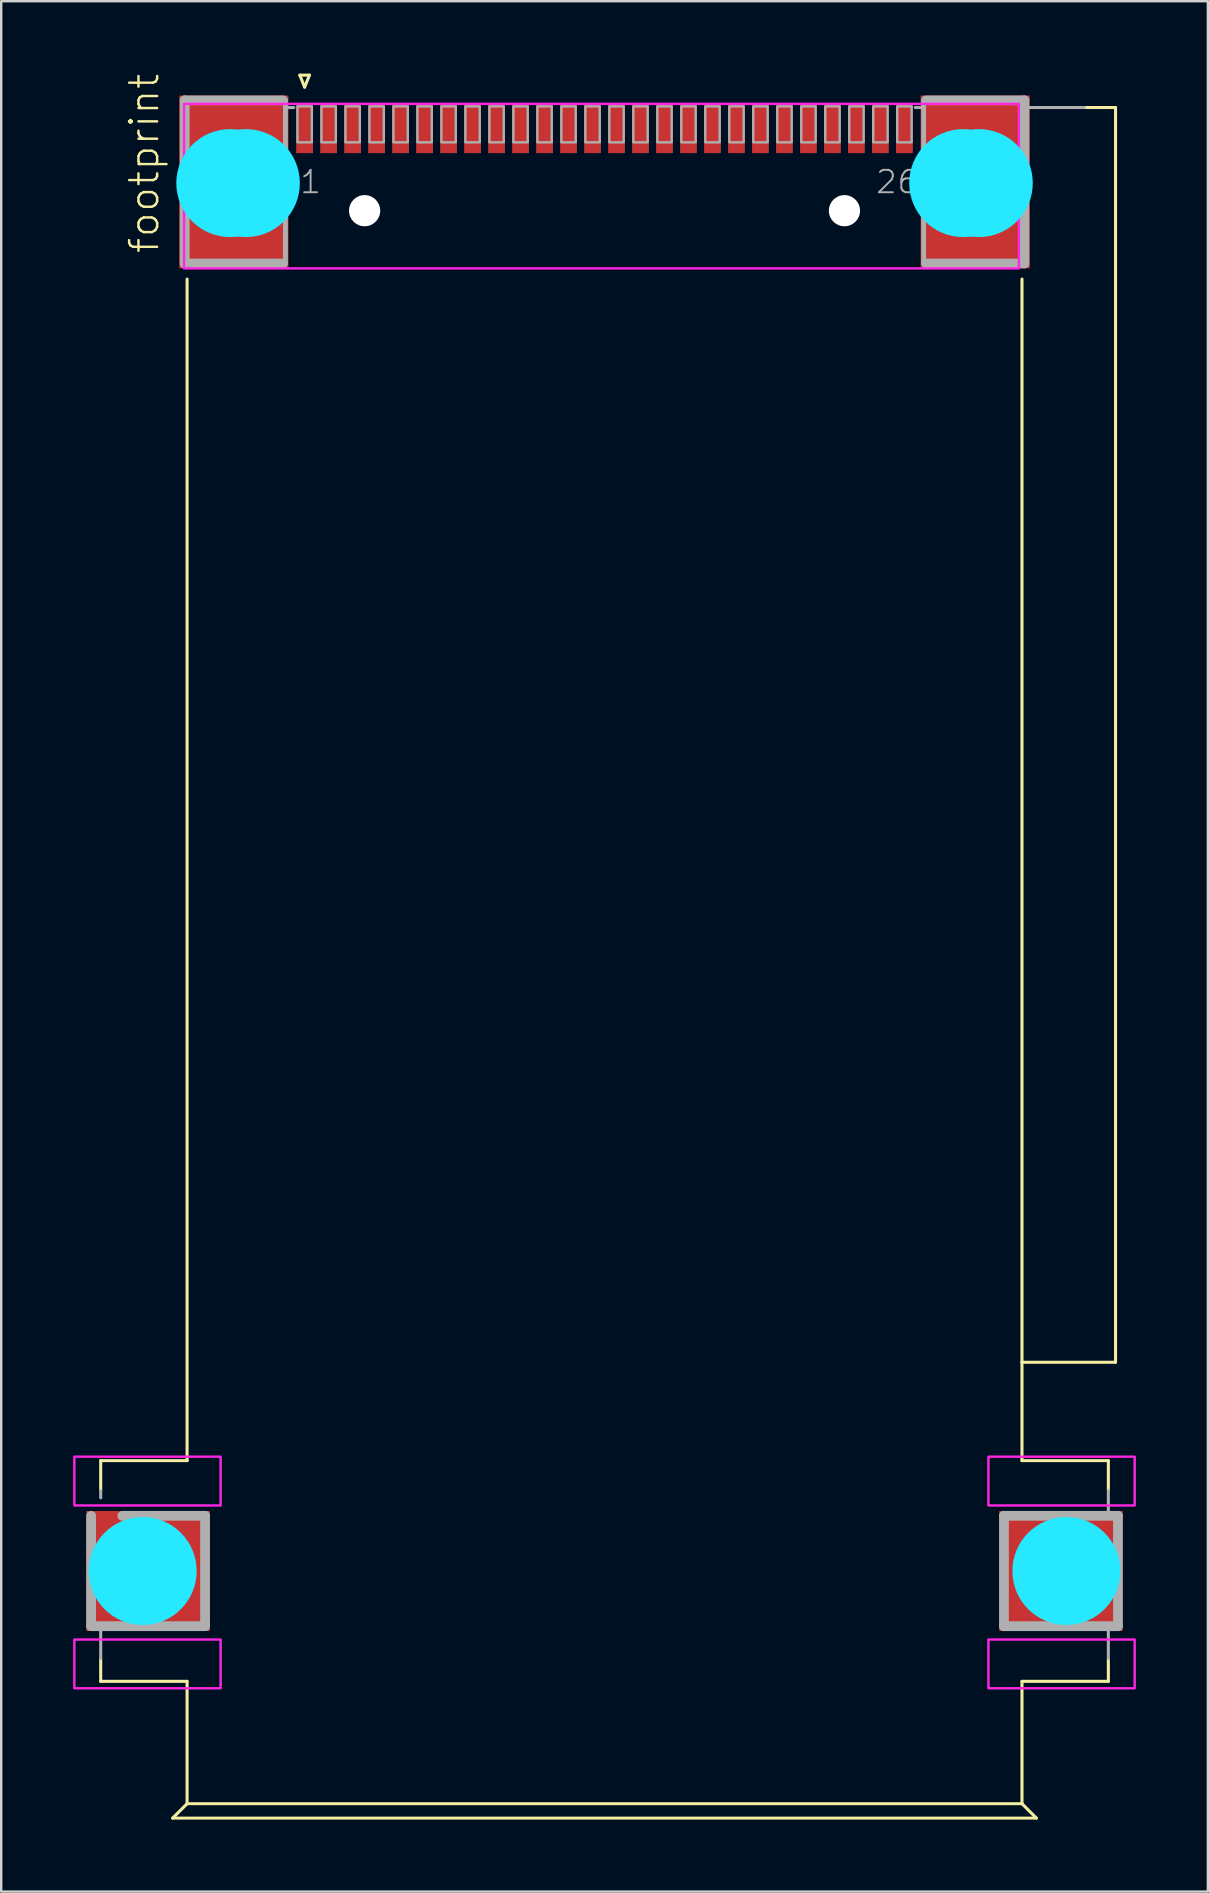
<source format=kicad_pcb>
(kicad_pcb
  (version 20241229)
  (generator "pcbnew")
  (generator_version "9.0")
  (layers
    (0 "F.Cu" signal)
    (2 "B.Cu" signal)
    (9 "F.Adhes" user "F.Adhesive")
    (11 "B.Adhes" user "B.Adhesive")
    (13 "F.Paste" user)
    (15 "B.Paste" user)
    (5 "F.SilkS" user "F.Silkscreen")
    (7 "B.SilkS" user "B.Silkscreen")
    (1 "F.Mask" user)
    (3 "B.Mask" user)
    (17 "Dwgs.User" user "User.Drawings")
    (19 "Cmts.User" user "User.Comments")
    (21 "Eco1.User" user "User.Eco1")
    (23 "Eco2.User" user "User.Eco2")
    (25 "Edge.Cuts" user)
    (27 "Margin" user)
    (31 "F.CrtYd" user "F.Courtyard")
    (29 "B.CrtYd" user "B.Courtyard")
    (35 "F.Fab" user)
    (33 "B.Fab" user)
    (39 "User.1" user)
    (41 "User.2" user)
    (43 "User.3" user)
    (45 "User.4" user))
  (footprint "footprint"
    (layer "F.Cu")
    (at 22.148 4.582)
    (property "Reference" "footprint" (at -18.5 3 90) (layer "F.SilkS") (effects (font (size 1.168 1.168) (thickness 0.102)) (justify left bottom)))
    (fp_line (start -21 53.25) (end -17.4 53.25) (stroke (width 0.127) (type solid)) (layer "F.SilkS"))
    (fp_line (start -21 54.5) (end -21 53.25) (stroke (width 0.127) (type solid)) (layer "F.SilkS"))
    (fp_line (start -21 61.5) (end -21 62.45) (stroke (width 0.127) (type solid)) (layer "F.SilkS"))
    (fp_line (start -21 62.45) (end -17.4 62.45) (stroke (width 0.127) (type solid)) (layer "F.SilkS"))
    (fp_line (start -18 68.15) (end -17.4 67.55) (stroke (width 0.127) (type solid)) (layer "F.SilkS"))
    (fp_line (start -17.4 4) (end -17.4 53.25) (stroke (width 0.127) (type solid)) (layer "F.SilkS"))
    (fp_line (start -17.4 62.45) (end -17.4 67.55) (stroke (width 0.127) (type solid)) (layer "F.SilkS"))
    (fp_line (start -12.7 -4.5) (end -12.3 -4.5) (stroke (width 0.127) (type solid)) (layer "F.SilkS"))
    (fp_line (start -12.5 -4) (end -12.7 -4.5) (stroke (width 0.127) (type solid)) (layer "F.SilkS"))
    (fp_line (start -12.3 -4.5) (end -12.5 -4) (stroke (width 0.127) (type solid)) (layer "F.SilkS"))
    (fp_line (start 17.4 49.15) (end 17.4 4) (stroke (width 0.127) (type solid)) (layer "F.SilkS"))
    (fp_line (start 17.4 49.15) (end 21.3 49.15) (stroke (width 0.127) (type solid)) (layer "F.SilkS"))
    (fp_line (start 17.4 53.25) (end 17.4 49.15) (stroke (width 0.127) (type solid)) (layer "F.SilkS"))
    (fp_line (start 17.4 62.45) (end 17.4 67.55) (stroke (width 0.127) (type solid)) (layer "F.SilkS"))
    (fp_line (start 17.4 67.55) (end -17.4 67.55) (stroke (width 0.127) (type solid)) (layer "F.SilkS"))
    (fp_line (start 18 68.15) (end -18 68.15) (stroke (width 0.127) (type solid)) (layer "F.SilkS"))
    (fp_line (start 18 68.15) (end 17.4 67.55) (stroke (width 0.127) (type solid)) (layer "F.SilkS"))
    (fp_line (start 20 -3.15) (end 21.3 -3.15) (stroke (width 0.127) (type solid)) (layer "F.SilkS"))
    (fp_line (start 21 53.25) (end 17.4 53.25) (stroke (width 0.127) (type solid)) (layer "F.SilkS"))
    (fp_line (start 21 54.5) (end 21 53.25) (stroke (width 0.127) (type solid)) (layer "F.SilkS"))
    (fp_line (start 21 61.5) (end 21 62.45) (stroke (width 0.127) (type solid)) (layer "F.SilkS"))
    (fp_line (start 21 62.45) (end 17.4 62.45) (stroke (width 0.127) (type solid)) (layer "F.SilkS"))
    (fp_line (start 21.3 49.15) (end 21.3 -3.15) (stroke (width 0.127) (type solid)) (layer "F.SilkS"))
    (fp_circle (center -19.25 57.85) (end -18.125 57.85) (stroke (width 2.25) (type solid)) (fill no) (layer "B.CrtYd"))
    (fp_circle (center -15.6 0) (end -14.475 0) (stroke (width 2.25) (type solid)) (fill no) (layer "B.CrtYd"))
    (fp_circle (center -14.95 0) (end -13.825 0) (stroke (width 2.25) (type solid)) (fill no) (layer "B.CrtYd"))
    (fp_circle (center 14.95 0) (end 16.075 0) (stroke (width 2.25) (type solid)) (fill no) (layer "B.CrtYd"))
    (fp_circle (center 15.6 0) (end 16.725 0) (stroke (width 2.25) (type solid)) (fill no) (layer "B.CrtYd"))
    (fp_circle (center 19.25 57.85) (end 20.375 57.85) (stroke (width 2.25) (type solid)) (fill no) (layer "B.CrtYd"))
    (fp_poly (pts (xy -22.098 55.118) (xy -16.002 55.118) (xy -16.002 53.086) (xy -22.098 53.086)) (stroke (width 0.1) (type solid)) (fill no) (layer "F.CrtYd"))
    (fp_poly (pts (xy -22.098 62.738) (xy -16.002 62.738) (xy -16.002 60.706) (xy -22.098 60.706)) (stroke (width 0.1) (type solid)) (fill no) (layer "F.CrtYd"))
    (fp_poly (pts (xy -17.526 3.556) (xy 17.272 3.556) (xy 17.272 -3.302) (xy -17.526 -3.302)) (stroke (width 0.1) (type solid)) (fill no) (layer "F.CrtYd"))
    (fp_poly (pts (xy 16.002 55.118) (xy 22.098 55.118) (xy 22.098 53.086) (xy 16.002 53.086)) (stroke (width 0.1) (type solid)) (fill no) (layer "F.CrtYd"))
    (fp_poly (pts (xy 16.002 62.738) (xy 22.098 62.738) (xy 22.098 60.706) (xy 16.002 60.706)) (stroke (width 0.1) (type solid)) (fill no) (layer "F.CrtYd"))
    (fp_line (start -21.4 55.55) (end -21.4 60.15) (stroke (width 0.406) (type solid)) (layer "F.Fab"))
    (fp_line (start -21.4 60.15) (end -16.65 60.15) (stroke (width 0.406) (type solid)) (layer "F.Fab"))
    (fp_line (start -21 54.5) (end -21 54.8) (stroke (width 0.127) (type solid)) (layer "F.Fab"))
    (fp_line (start -21 61.5) (end -21 60.35) (stroke (width 0.127) (type solid)) (layer "F.Fab"))
    (fp_line (start -17.5 -3.45) (end -17.5 3.35) (stroke (width 0.406) (type solid)) (layer "F.Fab"))
    (fp_line (start -17.5 -3.45) (end -13.4 -3.45) (stroke (width 0.406) (type solid)) (layer "F.Fab"))
    (fp_line (start -17.5 3.35) (end -13.4 3.35) (stroke (width 0.406) (type solid)) (layer "F.Fab"))
    (fp_line (start -16.65 55.55) (end -20.1 55.55) (stroke (width 0.406) (type solid)) (layer "F.Fab"))
    (fp_line (start -16.65 60.15) (end -16.65 55.55) (stroke (width 0.406) (type solid)) (layer "F.Fab"))
    (fp_line (start -13.3 -3.45) (end -13.3 -3.15) (stroke (width 0.203) (type solid)) (layer "F.Fab"))
    (fp_line (start -13.3 -3.15) (end -13.3 3.35) (stroke (width 0.203) (type solid)) (layer "F.Fab"))
    (fp_line (start -12.95 -3.15) (end -13.3 -3.15) (stroke (width 0.127) (type solid)) (layer "F.Fab"))
    (fp_line (start 12.95 -3.15) (end 13.3 -3.15) (stroke (width 0.127) (type solid)) (layer "F.Fab"))
    (fp_line (start 13.3 -3.45) (end 13.3 -3.15) (stroke (width 0.203) (type solid)) (layer "F.Fab"))
    (fp_line (start 13.3 -3.15) (end 13.3 3.35) (stroke (width 0.203) (type solid)) (layer "F.Fab"))
    (fp_line (start 13.4 -3.45) (end 17.5 -3.45) (stroke (width 0.406) (type solid)) (layer "F.Fab"))
    (fp_line (start 16.65 55.55) (end 16.65 60.15) (stroke (width 0.406) (type solid)) (layer "F.Fab"))
    (fp_line (start 16.65 60.15) (end 21.4 60.15) (stroke (width 0.406) (type solid)) (layer "F.Fab"))
    (fp_line (start 17.5 -3.45) (end 17.5 -3.15) (stroke (width 0.406) (type solid)) (layer "F.Fab"))
    (fp_line (start 17.5 -3.15) (end 17.5 3.35) (stroke (width 0.406) (type solid)) (layer "F.Fab"))
    (fp_line (start 17.5 3.35) (end 13.4 3.35) (stroke (width 0.406) (type solid)) (layer "F.Fab"))
    (fp_line (start 20 -3.15) (end 17.5 -3.15) (stroke (width 0.127) (type solid)) (layer "F.Fab"))
    (fp_line (start 21 54.5) (end 21 55.35) (stroke (width 0.127) (type solid)) (layer "F.Fab"))
    (fp_line (start 21 61.5) (end 21 60.35) (stroke (width 0.127) (type solid)) (layer "F.Fab"))
    (fp_line (start 21.4 55.55) (end 16.65 55.55) (stroke (width 0.406) (type solid)) (layer "F.Fab"))
    (fp_line (start 21.4 60.15) (end 21.4 55.55) (stroke (width 0.406) (type solid)) (layer "F.Fab"))
    (fp_poly (pts (xy -12.8 -1.7) (xy -12.2 -1.7) (xy -12.2 -3.2) (xy -12.8 -3.2)) (stroke (width 0.1) (type solid)) (fill no) (layer "F.Fab"))
    (fp_poly (pts (xy -11.8 -1.7) (xy -11.2 -1.7) (xy -11.2 -3.2) (xy -11.8 -3.2)) (stroke (width 0.1) (type solid)) (fill no) (layer "F.Fab"))
    (fp_poly (pts (xy -10.8 -1.7) (xy -10.2 -1.7) (xy -10.2 -3.2) (xy -10.8 -3.2)) (stroke (width 0.1) (type solid)) (fill no) (layer "F.Fab"))
    (fp_poly (pts (xy -9.8 -1.7) (xy -9.2 -1.7) (xy -9.2 -3.2) (xy -9.8 -3.2)) (stroke (width 0.1) (type solid)) (fill no) (layer "F.Fab"))
    (fp_poly (pts (xy -8.8 -1.7) (xy -8.2 -1.7) (xy -8.2 -3.2) (xy -8.8 -3.2)) (stroke (width 0.1) (type solid)) (fill no) (layer "F.Fab"))
    (fp_poly (pts (xy -7.8 -1.7) (xy -7.2 -1.7) (xy -7.2 -3.2) (xy -7.8 -3.2)) (stroke (width 0.1) (type solid)) (fill no) (layer "F.Fab"))
    (fp_poly (pts (xy -6.8 -1.7) (xy -6.2 -1.7) (xy -6.2 -3.2) (xy -6.8 -3.2)) (stroke (width 0.1) (type solid)) (fill no) (layer "F.Fab"))
    (fp_poly (pts (xy -5.8 -1.7) (xy -5.2 -1.7) (xy -5.2 -3.2) (xy -5.8 -3.2)) (stroke (width 0.1) (type solid)) (fill no) (layer "F.Fab"))
    (fp_poly (pts (xy -4.8 -1.7) (xy -4.2 -1.7) (xy -4.2 -3.2) (xy -4.8 -3.2)) (stroke (width 0.1) (type solid)) (fill no) (layer "F.Fab"))
    (fp_poly (pts (xy -3.8 -1.7) (xy -3.2 -1.7) (xy -3.2 -3.2) (xy -3.8 -3.2)) (stroke (width 0.1) (type solid)) (fill no) (layer "F.Fab"))
    (fp_poly (pts (xy -2.8 -1.7) (xy -2.2 -1.7) (xy -2.2 -3.2) (xy -2.8 -3.2)) (stroke (width 0.1) (type solid)) (fill no) (layer "F.Fab"))
    (fp_poly (pts (xy -1.8 -1.7) (xy -1.2 -1.7) (xy -1.2 -3.2) (xy -1.8 -3.2)) (stroke (width 0.1) (type solid)) (fill no) (layer "F.Fab"))
    (fp_poly (pts (xy -0.8 -1.7) (xy -0.2 -1.7) (xy -0.2 -3.2) (xy -0.8 -3.2)) (stroke (width 0.1) (type solid)) (fill no) (layer "F.Fab"))
    (fp_poly (pts (xy 0.2 -1.7) (xy 0.8 -1.7) (xy 0.8 -3.2) (xy 0.2 -3.2)) (stroke (width 0.1) (type solid)) (fill no) (layer "F.Fab"))
    (fp_poly (pts (xy 1.2 -1.7) (xy 1.8 -1.7) (xy 1.8 -3.2) (xy 1.2 -3.2)) (stroke (width 0.1) (type solid)) (fill no) (layer "F.Fab"))
    (fp_poly (pts (xy 2.2 -1.7) (xy 2.8 -1.7) (xy 2.8 -3.2) (xy 2.2 -3.2)) (stroke (width 0.1) (type solid)) (fill no) (layer "F.Fab"))
    (fp_poly (pts (xy 3.2 -1.7) (xy 3.8 -1.7) (xy 3.8 -3.2) (xy 3.2 -3.2)) (stroke (width 0.1) (type solid)) (fill no) (layer "F.Fab"))
    (fp_poly (pts (xy 4.2 -1.7) (xy 4.8 -1.7) (xy 4.8 -3.2) (xy 4.2 -3.2)) (stroke (width 0.1) (type solid)) (fill no) (layer "F.Fab"))
    (fp_poly (pts (xy 5.2 -1.7) (xy 5.8 -1.7) (xy 5.8 -3.2) (xy 5.2 -3.2)) (stroke (width 0.1) (type solid)) (fill no) (layer "F.Fab"))
    (fp_poly (pts (xy 6.2 -1.7) (xy 6.8 -1.7) (xy 6.8 -3.2) (xy 6.2 -3.2)) (stroke (width 0.1) (type solid)) (fill no) (layer "F.Fab"))
    (fp_poly (pts (xy 7.2 -1.7) (xy 7.8 -1.7) (xy 7.8 -3.2) (xy 7.2 -3.2)) (stroke (width 0.1) (type solid)) (fill no) (layer "F.Fab"))
    (fp_poly (pts (xy 8.2 -1.7) (xy 8.8 -1.7) (xy 8.8 -3.2) (xy 8.2 -3.2)) (stroke (width 0.1) (type solid)) (fill no) (layer "F.Fab"))
    (fp_poly (pts (xy 9.2 -1.7) (xy 9.8 -1.7) (xy 9.8 -3.2) (xy 9.2 -3.2)) (stroke (width 0.1) (type solid)) (fill no) (layer "F.Fab"))
    (fp_poly (pts (xy 10.2 -1.7) (xy 10.8 -1.7) (xy 10.8 -3.2) (xy 10.2 -3.2)) (stroke (width 0.1) (type solid)) (fill no) (layer "F.Fab"))
    (fp_poly (pts (xy 11.2 -1.7) (xy 11.8 -1.7) (xy 11.8 -3.2) (xy 11.2 -3.2)) (stroke (width 0.1) (type solid)) (fill no) (layer "F.Fab"))
    (fp_poly (pts (xy 12.2 -1.7) (xy 12.8 -1.7) (xy 12.8 -3.2) (xy 12.2 -3.2)) (stroke (width 0.1) (type solid)) (fill no) (layer "F.Fab"))
    (fp_text user "26" (at 11.25 0.5 0) (layer "F.Fab") (effects (font (size 0.935 0.935) (thickness 0.081)) (justify left bottom)))
    (fp_text user "1" (at -12.75 0.5 0) (layer "F.Fab") (effects (font (size 0.935 0.935) (thickness 0.081)) (justify left bottom)))
    (pad "" np_thru_hole circle (at -10 1.15) (size 1.3 1.3) (drill 1.3) (layers "*.Cu" "*.Mask"))
    (pad "" np_thru_hole circle (at 10 1.15) (size 1.3 1.3) (drill 1.3) (layers "*.Cu" "*.Mask"))
    (pad "1" smd rect (at -12.5 -2.25 90) (size 2 0.7) (layers "F.Cu" "F.Mask" "F.Paste"))
    (pad "2" smd rect (at -11.5 -2.25 90) (size 2 0.7) (layers "F.Cu" "F.Mask" "F.Paste"))
    (pad "3" smd rect (at -10.5 -2.25 90) (size 2 0.7) (layers "F.Cu" "F.Mask" "F.Paste"))
    (pad "4" smd rect (at -9.5 -2.25 90) (size 2 0.7) (layers "F.Cu" "F.Mask" "F.Paste"))
    (pad "5" smd rect (at -8.5 -2.25 90) (size 2 0.7) (layers "F.Cu" "F.Mask" "F.Paste"))
    (pad "6" smd rect (at -7.5 -2.25 90) (size 2 0.7) (layers "F.Cu" "F.Mask" "F.Paste"))
    (pad "7" smd rect (at -6.5 -2.25 90) (size 2 0.7) (layers "F.Cu" "F.Mask" "F.Paste"))
    (pad "8" smd rect (at -5.5 -2.25 90) (size 2 0.7) (layers "F.Cu" "F.Mask" "F.Paste"))
    (pad "9" smd rect (at -4.5 -2.25 90) (size 2 0.7) (layers "F.Cu" "F.Mask" "F.Paste"))
    (pad "10" smd rect (at -3.5 -2.25 90) (size 2 0.7) (layers "F.Cu" "F.Mask" "F.Paste"))
    (pad "11" smd rect (at -2.5 -2.25 90) (size 2 0.7) (layers "F.Cu" "F.Mask" "F.Paste"))
    (pad "12" smd rect (at -1.5 -2.25 90) (size 2 0.7) (layers "F.Cu" "F.Mask" "F.Paste"))
    (pad "13" smd rect (at -0.5 -2.25 90) (size 2 0.7) (layers "F.Cu" "F.Mask" "F.Paste"))
    (pad "14" smd rect (at 0.5 -2.25 90) (size 2 0.7) (layers "F.Cu" "F.Mask" "F.Paste"))
    (pad "15" smd rect (at 1.5 -2.25 90) (size 2 0.7) (layers "F.Cu" "F.Mask" "F.Paste"))
    (pad "16" smd rect (at 2.5 -2.25 90) (size 2 0.7) (layers "F.Cu" "F.Mask" "F.Paste"))
    (pad "17" smd rect (at 3.5 -2.25 90) (size 2 0.7) (layers "F.Cu" "F.Mask" "F.Paste"))
    (pad "18" smd rect (at 4.5 -2.25 90) (size 2 0.7) (layers "F.Cu" "F.Mask" "F.Paste"))
    (pad "19" smd rect (at 5.5 -2.25 90) (size 2 0.7) (layers "F.Cu" "F.Mask" "F.Paste"))
    (pad "20" smd rect (at 6.5 -2.25 90) (size 2 0.7) (layers "F.Cu" "F.Mask" "F.Paste"))
    (pad "21" smd rect (at 7.5 -2.25 90) (size 2 0.7) (layers "F.Cu" "F.Mask" "F.Paste"))
    (pad "22" smd rect (at 8.5 -2.25 90) (size 2 0.7) (layers "F.Cu" "F.Mask" "F.Paste"))
    (pad "23" smd rect (at 9.5 -2.25 90) (size 2 0.7) (layers "F.Cu" "F.Mask" "F.Paste"))
    (pad "24" smd rect (at 10.5 -2.25 90) (size 2 0.7) (layers "F.Cu" "F.Mask" "F.Paste"))
    (pad "25" smd rect (at 11.5 -2.25 90) (size 2 0.7) (layers "F.Cu" "F.Mask" "F.Paste"))
    (pad "26" smd rect (at 12.5 -2.25 90) (size 2 0.7) (layers "F.Cu" "F.Mask" "F.Paste"))
    (pad "G1" smd rect (at -15.45 -0.05 90) (size 7.2 4.55) (layers "F.Cu" "F.Mask"))
    (pad "G2" smd rect (at 15.45 -0.05 90) (size 7.2 4.55) (layers "F.Cu" "F.Mask"))
    (pad "G3" smd rect (at -19.025 57.85) (size 5.15 5) (layers "F.Cu" "F.Mask"))
    (pad "G4" smd rect (at 19.025 57.85) (size 5.15 5) (layers "F.Cu" "F.Mask"))
    (zone (net_name "") (layers "F.Cu" "B.Cu") (hatch edge 0.508) (connect_pads) (min_thickness 0.254) (filled_areas_thickness no) (keepout (tracks allowed) (vias not_allowed) (pads allowed) (copperpour allowed) (footprints allowed)) (placement (enabled no)) (fill) (polygon (pts (xy 5.148 62.432) (xy 5.114 62.042) (xy 5.012 61.663) (xy 4.847 61.307) (xy 4.622 60.986) (xy 4.344 60.709) (xy 4.023 60.484) (xy 3.668 60.318) (xy 3.289 60.216) (xy 2.898 60.182) (xy 2.507 60.216) (xy 2.128 60.318) (xy 1.773 60.484) (xy 1.452 60.709) (xy 1.174 60.986) (xy 0.949 61.307) (xy 0.784 61.663) (xy 0.682 62.042) (xy 0.648 62.432) (xy 0.682 62.823) (xy 0.784 63.202) (xy 0.949 63.557) (xy 1.174 63.879) (xy 1.452 64.156) (xy 1.773 64.381) (xy 2.128 64.547) (xy 2.507 64.648) (xy 2.898 64.682) (xy 3.289 64.648) (xy 3.668 64.547) (xy 4.023 64.381) (xy 4.344 64.156) (xy 4.622 63.879) (xy 4.847 63.557) (xy 5.012 63.202) (xy 5.114 62.823))))
    (zone (net_name "") (layers "F.Cu" "B.Cu") (hatch edge 0.508) (connect_pads) (min_thickness 0.254) (filled_areas_thickness no) (keepout (tracks allowed) (vias not_allowed) (pads allowed) (copperpour allowed) (footprints allowed)) (placement (enabled no)) (fill) (polygon (pts (xy 8.798 4.582) (xy 8.764 4.192) (xy 8.662 3.813) (xy 8.497 3.457) (xy 8.272 3.136) (xy 7.994 2.859) (xy 7.673 2.634) (xy 7.318 2.468) (xy 6.939 2.366) (xy 6.548 2.332) (xy 6.157 2.366) (xy 5.778 2.468) (xy 5.423 2.634) (xy 5.102 2.859) (xy 4.824 3.136) (xy 4.599 3.457) (xy 4.434 3.813) (xy 4.332 4.192) (xy 4.298 4.582) (xy 4.332 4.973) (xy 4.434 5.352) (xy 4.599 5.707) (xy 4.824 6.029) (xy 5.102 6.306) (xy 5.423 6.531) (xy 5.778 6.697) (xy 6.157 6.798) (xy 6.548 6.832) (xy 6.939 6.798) (xy 7.318 6.697) (xy 7.673 6.531) (xy 7.994 6.306) (xy 8.272 6.029) (xy 8.497 5.707) (xy 8.662 5.352) (xy 8.764 4.973))))
    (zone (net_name "") (layers "F.Cu" "B.Cu") (hatch edge 0.508) (connect_pads) (min_thickness 0.254) (filled_areas_thickness no) (keepout (tracks allowed) (vias not_allowed) (pads allowed) (copperpour allowed) (footprints allowed)) (placement (enabled no)) (fill) (polygon (pts (xy 9.448 4.582) (xy 9.414 4.192) (xy 9.312 3.813) (xy 9.147 3.457) (xy 8.922 3.136) (xy 8.644 2.859) (xy 8.323 2.634) (xy 7.968 2.468) (xy 7.589 2.366) (xy 7.198 2.332) (xy 6.807 2.366) (xy 6.428 2.468) (xy 6.073 2.634) (xy 5.752 2.859) (xy 5.474 3.136) (xy 5.249 3.457) (xy 5.084 3.813) (xy 4.982 4.192) (xy 4.948 4.582) (xy 4.982 4.973) (xy 5.084 5.352) (xy 5.249 5.707) (xy 5.474 6.029) (xy 5.752 6.306) (xy 6.073 6.531) (xy 6.428 6.697) (xy 6.807 6.798) (xy 7.198 6.832) (xy 7.589 6.798) (xy 7.968 6.697) (xy 8.323 6.531) (xy 8.644 6.306) (xy 8.922 6.029) (xy 9.147 5.707) (xy 9.312 5.352) (xy 9.414 4.973))))
    (zone (net_name "") (layers "F.Cu" "B.Cu") (hatch edge 0.508) (connect_pads) (min_thickness 0.254) (filled_areas_thickness no) (keepout (tracks allowed) (vias not_allowed) (pads allowed) (copperpour allowed) (footprints allowed)) (placement (enabled no)) (fill) (polygon (pts (xy 39.348 4.582) (xy 39.314 4.192) (xy 39.212 3.813) (xy 39.047 3.457) (xy 38.822 3.136) (xy 38.544 2.859) (xy 38.223 2.634) (xy 37.868 2.468) (xy 37.489 2.366) (xy 37.098 2.332) (xy 36.707 2.366) (xy 36.328 2.468) (xy 35.973 2.634) (xy 35.652 2.859) (xy 35.374 3.136) (xy 35.149 3.457) (xy 34.984 3.813) (xy 34.882 4.192) (xy 34.848 4.582) (xy 34.882 4.973) (xy 34.984 5.352) (xy 35.149 5.707) (xy 35.374 6.029) (xy 35.652 6.306) (xy 35.973 6.531) (xy 36.328 6.697) (xy 36.707 6.798) (xy 37.098 6.832) (xy 37.489 6.798) (xy 37.868 6.697) (xy 38.223 6.531) (xy 38.544 6.306) (xy 38.822 6.029) (xy 39.047 5.707) (xy 39.212 5.352) (xy 39.314 4.973))))
    (zone (net_name "") (layers "F.Cu" "B.Cu") (hatch edge 0.508) (connect_pads) (min_thickness 0.254) (filled_areas_thickness no) (keepout (tracks allowed) (vias not_allowed) (pads allowed) (copperpour allowed) (footprints allowed)) (placement (enabled no)) (fill) (polygon (pts (xy 39.998 4.582) (xy 39.964 4.192) (xy 39.862 3.813) (xy 39.697 3.457) (xy 39.472 3.136) (xy 39.194 2.859) (xy 38.873 2.634) (xy 38.518 2.468) (xy 38.139 2.366) (xy 37.748 2.332) (xy 37.357 2.366) (xy 36.978 2.468) (xy 36.623 2.634) (xy 36.302 2.859) (xy 36.024 3.136) (xy 35.799 3.457) (xy 35.634 3.813) (xy 35.532 4.192) (xy 35.498 4.582) (xy 35.532 4.973) (xy 35.634 5.352) (xy 35.799 5.707) (xy 36.024 6.029) (xy 36.302 6.306) (xy 36.623 6.531) (xy 36.978 6.697) (xy 37.357 6.798) (xy 37.748 6.832) (xy 38.139 6.798) (xy 38.518 6.697) (xy 38.873 6.531) (xy 39.194 6.306) (xy 39.472 6.029) (xy 39.697 5.707) (xy 39.862 5.352) (xy 39.964 4.973))))
    (zone (net_name "") (layers "F.Cu" "B.Cu") (hatch edge 0.508) (connect_pads) (min_thickness 0.254) (filled_areas_thickness no) (keepout (tracks allowed) (vias not_allowed) (pads allowed) (copperpour allowed) (footprints allowed)) (placement (enabled no)) (fill) (polygon (pts (xy 43.648 62.432) (xy 43.614 62.042) (xy 43.512 61.663) (xy 43.347 61.307) (xy 43.122 60.986) (xy 42.844 60.709) (xy 42.523 60.484) (xy 42.168 60.318) (xy 41.789 60.216) (xy 41.398 60.182) (xy 41.007 60.216) (xy 40.628 60.318) (xy 40.273 60.484) (xy 39.952 60.709) (xy 39.674 60.986) (xy 39.449 61.307) (xy 39.284 61.663) (xy 39.182 62.042) (xy 39.148 62.432) (xy 39.182 62.823) (xy 39.284 63.202) (xy 39.449 63.557) (xy 39.674 63.879) (xy 39.952 64.156) (xy 40.273 64.381) (xy 40.628 64.547) (xy 41.007 64.648) (xy 41.398 64.682) (xy 41.789 64.648) (xy 42.168 64.547) (xy 42.523 64.381) (xy 42.844 64.156) (xy 43.122 63.879) (xy 43.347 63.557) (xy 43.512 63.202) (xy 43.614 62.823)))))
  (gr_rect
    (start -3 -3)
    (end 47.296 75.796)
    (stroke (width 0.1) (type default))
    (fill no)
    (layer "Edge.Cuts")))
</source>
